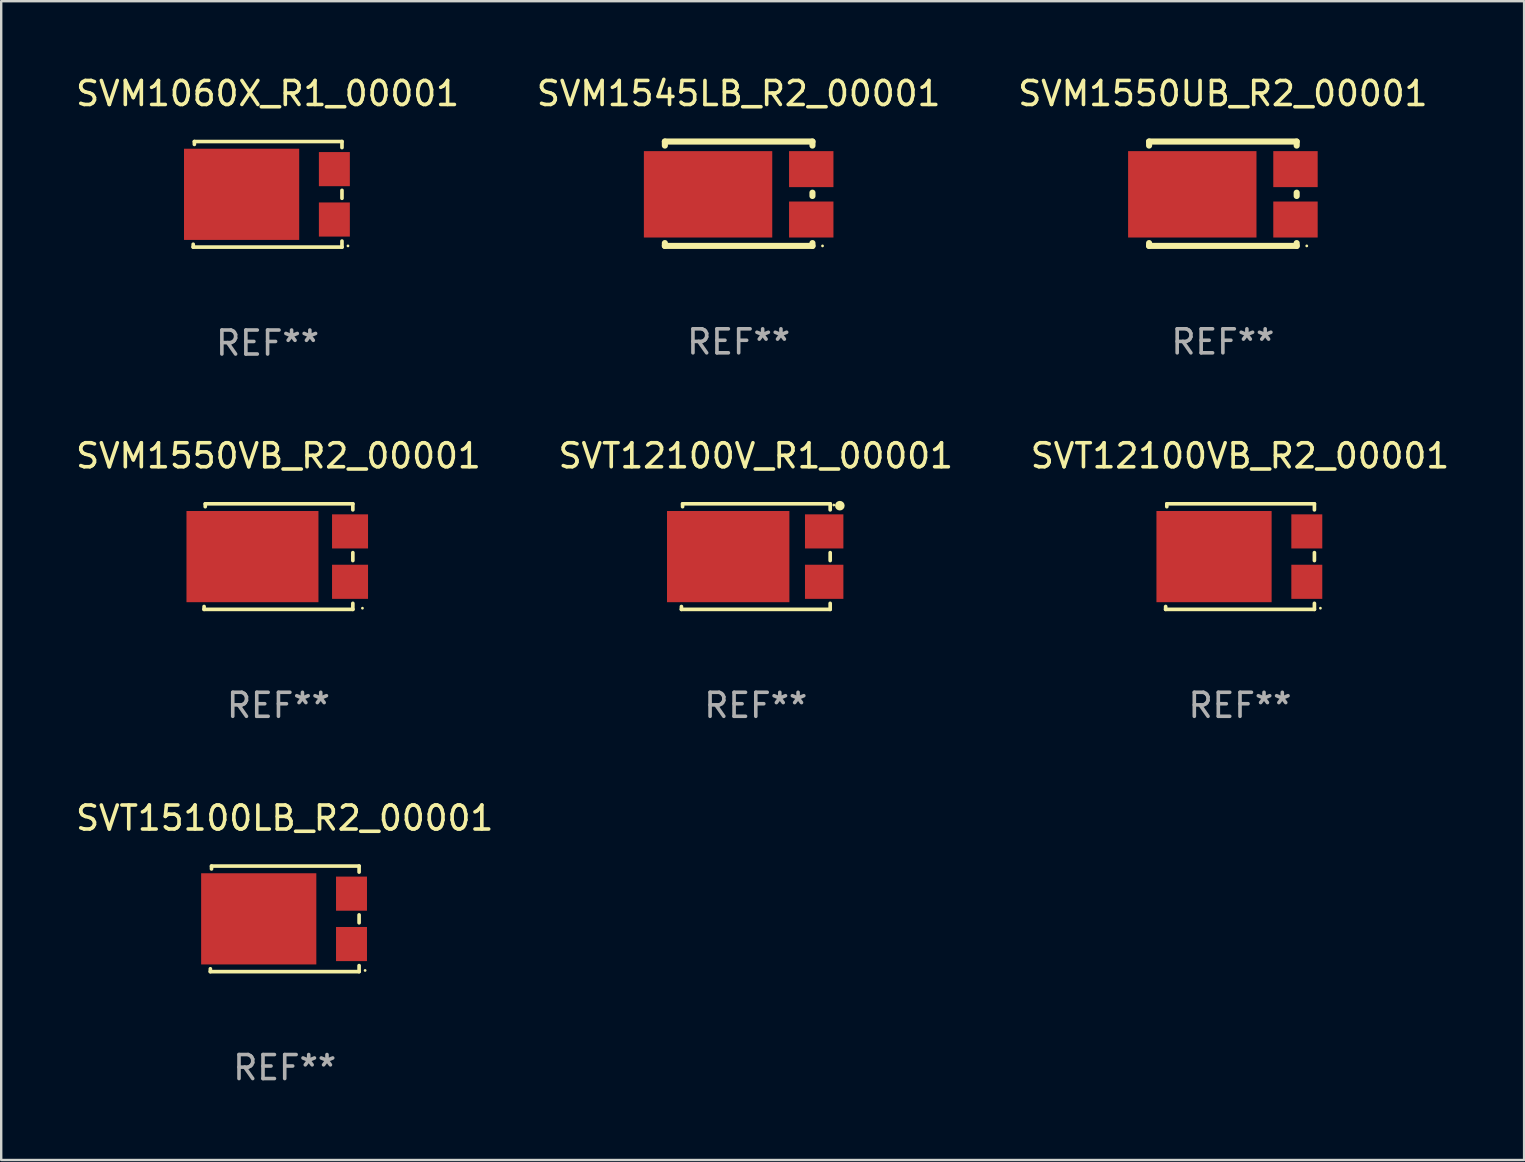
<source format=kicad_pcb>
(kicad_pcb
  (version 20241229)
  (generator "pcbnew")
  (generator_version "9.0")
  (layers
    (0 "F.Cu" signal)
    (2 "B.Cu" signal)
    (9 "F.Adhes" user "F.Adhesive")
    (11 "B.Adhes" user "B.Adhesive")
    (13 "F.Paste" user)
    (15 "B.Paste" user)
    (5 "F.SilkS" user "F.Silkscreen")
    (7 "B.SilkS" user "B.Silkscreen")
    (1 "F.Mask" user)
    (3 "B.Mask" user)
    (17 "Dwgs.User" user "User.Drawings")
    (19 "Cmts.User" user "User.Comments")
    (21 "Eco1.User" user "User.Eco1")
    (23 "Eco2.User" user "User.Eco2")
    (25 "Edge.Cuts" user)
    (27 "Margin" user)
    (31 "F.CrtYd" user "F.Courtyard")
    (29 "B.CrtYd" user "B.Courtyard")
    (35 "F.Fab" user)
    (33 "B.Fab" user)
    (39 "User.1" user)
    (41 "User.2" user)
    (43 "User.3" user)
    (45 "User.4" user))
  (footprint "SVM1550UB_R2_00001"
    (layer "F.Cu")
    (at 47.911 5.023)
    (property "Reference" "SVM1550UB_R2_00001" (at 0 -4.175 0) (layer "F.SilkS") (effects (font (size 1 1) (thickness 0.15))))
    (attr through_hole)
    (fp_line (start -3.075 -2.175) (end -3.075 -2.006) (stroke (width 0.254) (type solid)) (layer "F.SilkS"))
    (fp_line (start -3.075 2.056) (end -3.075 2.175) (stroke (width 0.254) (type solid)) (layer "F.SilkS"))
    (fp_line (start 3.075 -2.175) (end -3.075 -2.175) (stroke (width 0.254) (type solid)) (layer "F.SilkS"))
    (fp_line (start 3.075 -2.175) (end 3.075 -2.006) (stroke (width 0.254) (type solid)) (layer "F.SilkS"))
    (fp_line (start 3.075 -0.044) (end 3.075 0.094) (stroke (width 0.254) (type solid)) (layer "F.SilkS"))
    (fp_line (start 3.075 2.056) (end 3.075 2.175) (stroke (width 0.254) (type solid)) (layer "F.SilkS"))
    (fp_line (start 3.075 2.175) (end -3.075 2.175) (stroke (width 0.254) (type solid)) (layer "F.SilkS"))
    (fp_circle (center 3.495 2.175) (end 3.525 2.175) (stroke (width 0.06) (type solid)) (fill no) (layer "F.SilkS"))
    (fp_text user "REF**" (at 0 6.175 0) (layer "F.Fab") (effects (font (size 1 1) (thickness 0.15))))
    (pad "1" smd rect (at 3.025 1.075) (size 1.85 1.5) (layers "F.Cu" "F.Mask" "F.Paste"))
    (pad "2" smd rect (at 3.025 -1.025) (size 1.85 1.5) (layers "F.Cu" "F.Mask" "F.Paste"))
    (pad "3" smd rect (at -1.275 0.025) (size 5.35 3.6) (layers "F.Cu" "F.Mask" "F.Paste")))
  (footprint "SVT12100VB_R2_00001"
    (layer "F.Cu")
    (at 48.625 20.145)
    (property "Reference" "SVT12100VB_R2_00001" (at 0 -4.2 0) (layer "F.SilkS") (effects (font (size 1 1) (thickness 0.15))))
    (attr through_hole)
    (fp_line (start -3.1 2.2) (end -3.099 2.08) (stroke (width 0.152) (type solid)) (layer "F.SilkS"))
    (fp_line (start -3.051 -2.08) (end -3.05 -2.2) (stroke (width 0.152) (type solid)) (layer "F.SilkS"))
    (fp_line (start -3.05 -2.2) (end 3.1 -2.2) (stroke (width 0.152) (type solid)) (layer "F.SilkS"))
    (fp_line (start 3.1 -2.2) (end 3.1 -1.948) (stroke (width 0.152) (type solid)) (layer "F.SilkS"))
    (fp_line (start 3.1 -0.165) (end 3.1 0.165) (stroke (width 0.152) (type solid)) (layer "F.SilkS"))
    (fp_line (start 3.1 1.948) (end 3.1 2.2) (stroke (width 0.152) (type solid)) (layer "F.SilkS"))
    (fp_line (start 3.1 2.2) (end -3.1 2.2) (stroke (width 0.152) (type solid)) (layer "F.SilkS"))
    (fp_circle (center 3.35 2.15) (end 3.38 2.15) (stroke (width 0.06) (type solid)) (fill no) (layer "F.SilkS"))
    (fp_text user "REF**" (at 0 6.2 0) (layer "F.Fab") (effects (font (size 1 1) (thickness 0.15))))
    (pad "1" smd rect (at 2.783 1.05) (size 1.29 1.422) (layers "F.Cu" "F.Mask" "F.Paste"))
    (pad "2" smd rect (at 2.783 -1.05) (size 1.29 1.422) (layers "F.Cu" "F.Mask" "F.Paste"))
    (pad "3" smd rect (at -1.083 0 90) (size 3.8 4.8) (layers "F.Cu" "F.Mask" "F.Paste")))
  (footprint "SVT15100LB_R2_00001"
    (layer "F.Cu")
    (at 8.815 35.241)
    (property "Reference" "SVT15100LB_R2_00001" (at 0 -4.2 0) (layer "F.SilkS") (effects (font (size 1 1) (thickness 0.15))))
    (attr through_hole)
    (fp_line (start -3.1 2.2) (end -3.099 2.08) (stroke (width 0.152) (type solid)) (layer "F.SilkS"))
    (fp_line (start -3.051 -2.08) (end -3.05 -2.2) (stroke (width 0.152) (type solid)) (layer "F.SilkS"))
    (fp_line (start -3.05 -2.2) (end 3.1 -2.2) (stroke (width 0.152) (type solid)) (layer "F.SilkS"))
    (fp_line (start 3.1 -2.2) (end 3.1 -1.948) (stroke (width 0.152) (type solid)) (layer "F.SilkS"))
    (fp_line (start 3.1 -0.165) (end 3.1 0.165) (stroke (width 0.152) (type solid)) (layer "F.SilkS"))
    (fp_line (start 3.1 1.948) (end 3.1 2.2) (stroke (width 0.152) (type solid)) (layer "F.SilkS"))
    (fp_line (start 3.1 2.2) (end -3.1 2.2) (stroke (width 0.152) (type solid)) (layer "F.SilkS"))
    (fp_circle (center 3.35 2.15) (end 3.38 2.15) (stroke (width 0.06) (type solid)) (fill no) (layer "F.SilkS"))
    (fp_text user "REF**" (at 0 6.2 0) (layer "F.Fab") (effects (font (size 1 1) (thickness 0.15))))
    (pad "1" smd rect (at 2.783 1.05) (size 1.29 1.422) (layers "F.Cu" "F.Mask" "F.Paste"))
    (pad "2" smd rect (at 2.783 -1.05) (size 1.29 1.422) (layers "F.Cu" "F.Mask" "F.Paste"))
    (pad "3" smd rect (at -1.083 0 90) (size 3.8 4.8) (layers "F.Cu" "F.Mask" "F.Paste")))
  (footprint "SVM1545LB_R2_00001"
    (layer "F.Cu")
    (at 27.732 5.023)
    (property "Reference" "SVM1545LB_R2_00001" (at 0 -4.175 0) (layer "F.SilkS") (effects (font (size 1 1) (thickness 0.15))))
    (attr through_hole)
    (fp_line (start -3.075 -2.175) (end -3.075 -2.006) (stroke (width 0.254) (type solid)) (layer "F.SilkS"))
    (fp_line (start -3.075 2.056) (end -3.075 2.175) (stroke (width 0.254) (type solid)) (layer "F.SilkS"))
    (fp_line (start 3.075 -2.175) (end -3.075 -2.175) (stroke (width 0.254) (type solid)) (layer "F.SilkS"))
    (fp_line (start 3.075 -2.175) (end 3.075 -2.006) (stroke (width 0.254) (type solid)) (layer "F.SilkS"))
    (fp_line (start 3.075 -0.044) (end 3.075 0.094) (stroke (width 0.254) (type solid)) (layer "F.SilkS"))
    (fp_line (start 3.075 2.056) (end 3.075 2.175) (stroke (width 0.254) (type solid)) (layer "F.SilkS"))
    (fp_line (start 3.075 2.175) (end -3.075 2.175) (stroke (width 0.254) (type solid)) (layer "F.SilkS"))
    (fp_circle (center 3.495 2.175) (end 3.525 2.175) (stroke (width 0.06) (type solid)) (fill no) (layer "F.SilkS"))
    (fp_text user "REF**" (at 0 6.175 0) (layer "F.Fab") (effects (font (size 1 1) (thickness 0.15))))
    (pad "1" smd rect (at 3.025 1.075) (size 1.85 1.5) (layers "F.Cu" "F.Mask" "F.Paste"))
    (pad "2" smd rect (at 3.025 -1.025) (size 1.85 1.5) (layers "F.Cu" "F.Mask" "F.Paste"))
    (pad "3" smd rect (at -1.275 0.025) (size 5.35 3.6) (layers "F.Cu" "F.Mask" "F.Paste")))
  (footprint "SVM1550VB_R2_00001"
    (layer "F.Cu")
    (at 8.554 20.145)
    (property "Reference" "SVM1550VB_R2_00001" (at 0 -4.2 0) (layer "F.SilkS") (effects (font (size 1 1) (thickness 0.15))))
    (attr through_hole)
    (fp_line (start -3.1 2.2) (end -3.099 2.08) (stroke (width 0.152) (type solid)) (layer "F.SilkS"))
    (fp_line (start -3.051 -2.08) (end -3.05 -2.2) (stroke (width 0.152) (type solid)) (layer "F.SilkS"))
    (fp_line (start -3.05 -2.2) (end 3.1 -2.2) (stroke (width 0.152) (type solid)) (layer "F.SilkS"))
    (fp_line (start 3.1 -2.2) (end 3.1 -1.948) (stroke (width 0.152) (type solid)) (layer "F.SilkS"))
    (fp_line (start 3.1 -0.165) (end 3.1 0.165) (stroke (width 0.152) (type solid)) (layer "F.SilkS"))
    (fp_line (start 3.1 1.948) (end 3.1 2.2) (stroke (width 0.152) (type solid)) (layer "F.SilkS"))
    (fp_line (start 3.1 2.2) (end -3.1 2.2) (stroke (width 0.152) (type solid)) (layer "F.SilkS"))
    (fp_circle (center 3.5 2.15) (end 3.53 2.15) (stroke (width 0.06) (type solid)) (fill no) (layer "F.SilkS"))
    (fp_text user "REF**" (at 0 6.2 0) (layer "F.Fab") (effects (font (size 1 1) (thickness 0.15))))
    (pad "1" smd rect (at 2.983 1.05) (size 1.5 1.422) (layers "F.Cu" "F.Mask" "F.Paste"))
    (pad "2" smd rect (at 2.983 -1.05) (size 1.5 1.422) (layers "F.Cu" "F.Mask" "F.Paste"))
    (pad "3" smd rect (at -1.083 0 90) (size 3.8 5.5) (layers "F.Cu" "F.Mask" "F.Paste")))
  (footprint "SVT12100V_R1_00001"
    (layer "F.Cu")
    (at 28.446 20.145)
    (property "Reference" "SVT12100V_R1_00001" (at 0 -4.2 0) (layer "F.SilkS") (effects (font (size 1 1) (thickness 0.15))))
    (attr through_hole)
    (fp_line (start -3.1 2.2) (end -3.099 2.08) (stroke (width 0.152) (type solid)) (layer "F.SilkS"))
    (fp_line (start -3.051 -2.08) (end -3.05 -2.2) (stroke (width 0.152) (type solid)) (layer "F.SilkS"))
    (fp_line (start -3.05 -2.2) (end 3.1 -2.2) (stroke (width 0.152) (type solid)) (layer "F.SilkS"))
    (fp_line (start 3.1 -2.2) (end 3.1 -1.948) (stroke (width 0.152) (type solid)) (layer "F.SilkS"))
    (fp_line (start 3.1 -0.165) (end 3.1 0.165) (stroke (width 0.152) (type solid)) (layer "F.SilkS"))
    (fp_line (start 3.1 1.948) (end 3.1 2.2) (stroke (width 0.152) (type solid)) (layer "F.SilkS"))
    (fp_line (start 3.1 2.2) (end -3.1 2.2) (stroke (width 0.152) (type solid)) (layer "F.SilkS"))
    (fp_circle (center 3.25 -2.15) (end 3.28 -2.15) (stroke (width 0.06) (type solid)) (fill no) (layer "F.SilkS"))
    (fp_circle (center 3.502 -2.122) (end 3.602 -2.122) (stroke (width 0.2) (type solid)) (fill no) (layer "F.SilkS"))
    (fp_text user "REF**" (at 0 6.2 0) (layer "F.Fab") (effects (font (size 1 1) (thickness 0.15))))
    (pad "1" smd rect (at 2.85 -1.05) (size 1.6 1.422) (layers "F.Cu" "F.Mask" "F.Paste"))
    (pad "2" smd rect (at 2.85 1.05) (size 1.6 1.422) (layers "F.Cu" "F.Mask" "F.Paste"))
    (pad "3" smd rect (at -1.15 0) (size 5.1 3.8) (layers "F.Cu" "F.Mask" "F.Paste")))
  (footprint "SVM1060X_R1_00001"
    (layer "F.Cu")
    (at 8.101 5.048)
    (property "Reference" "SVM1060X_R1_00001" (at 0 -4.2 0) (layer "F.SilkS") (effects (font (size 1 1) (thickness 0.15))))
    (attr through_hole)
    (fp_line (start -3.1 2.2) (end -3.099 2.08) (stroke (width 0.152) (type solid)) (layer "F.SilkS"))
    (fp_line (start -3.051 -2.08) (end -3.05 -2.2) (stroke (width 0.152) (type solid)) (layer "F.SilkS"))
    (fp_line (start -3.05 -2.2) (end 3.1 -2.2) (stroke (width 0.152) (type solid)) (layer "F.SilkS"))
    (fp_line (start 3.1 -2.2) (end 3.1 -1.948) (stroke (width 0.152) (type solid)) (layer "F.SilkS"))
    (fp_line (start 3.1 -0.165) (end 3.1 0.165) (stroke (width 0.152) (type solid)) (layer "F.SilkS"))
    (fp_line (start 3.1 1.948) (end 3.1 2.2) (stroke (width 0.152) (type solid)) (layer "F.SilkS"))
    (fp_line (start 3.1 2.2) (end -3.1 2.2) (stroke (width 0.152) (type solid)) (layer "F.SilkS"))
    (fp_circle (center 3.35 2.15) (end 3.38 2.15) (stroke (width 0.06) (type solid)) (fill no) (layer "F.SilkS"))
    (fp_text user "REF**" (at 0 6.2 0) (layer "F.Fab") (effects (font (size 1 1) (thickness 0.15))))
    (pad "1" smd rect (at 2.783 1.05) (size 1.29 1.422) (layers "F.Cu" "F.Mask" "F.Paste"))
    (pad "2" smd rect (at 2.783 -1.05) (size 1.29 1.422) (layers "F.Cu" "F.Mask" "F.Paste"))
    (pad "3" smd rect (at -1.083 0 90) (size 3.8 4.8) (layers "F.Cu" "F.Mask" "F.Paste")))
  (gr_rect
    (start -3 -3)
    (end 60.464 45.289)
    (stroke (width 0.1) (type default))
    (fill no)
    (layer "Edge.Cuts")))
</source>
